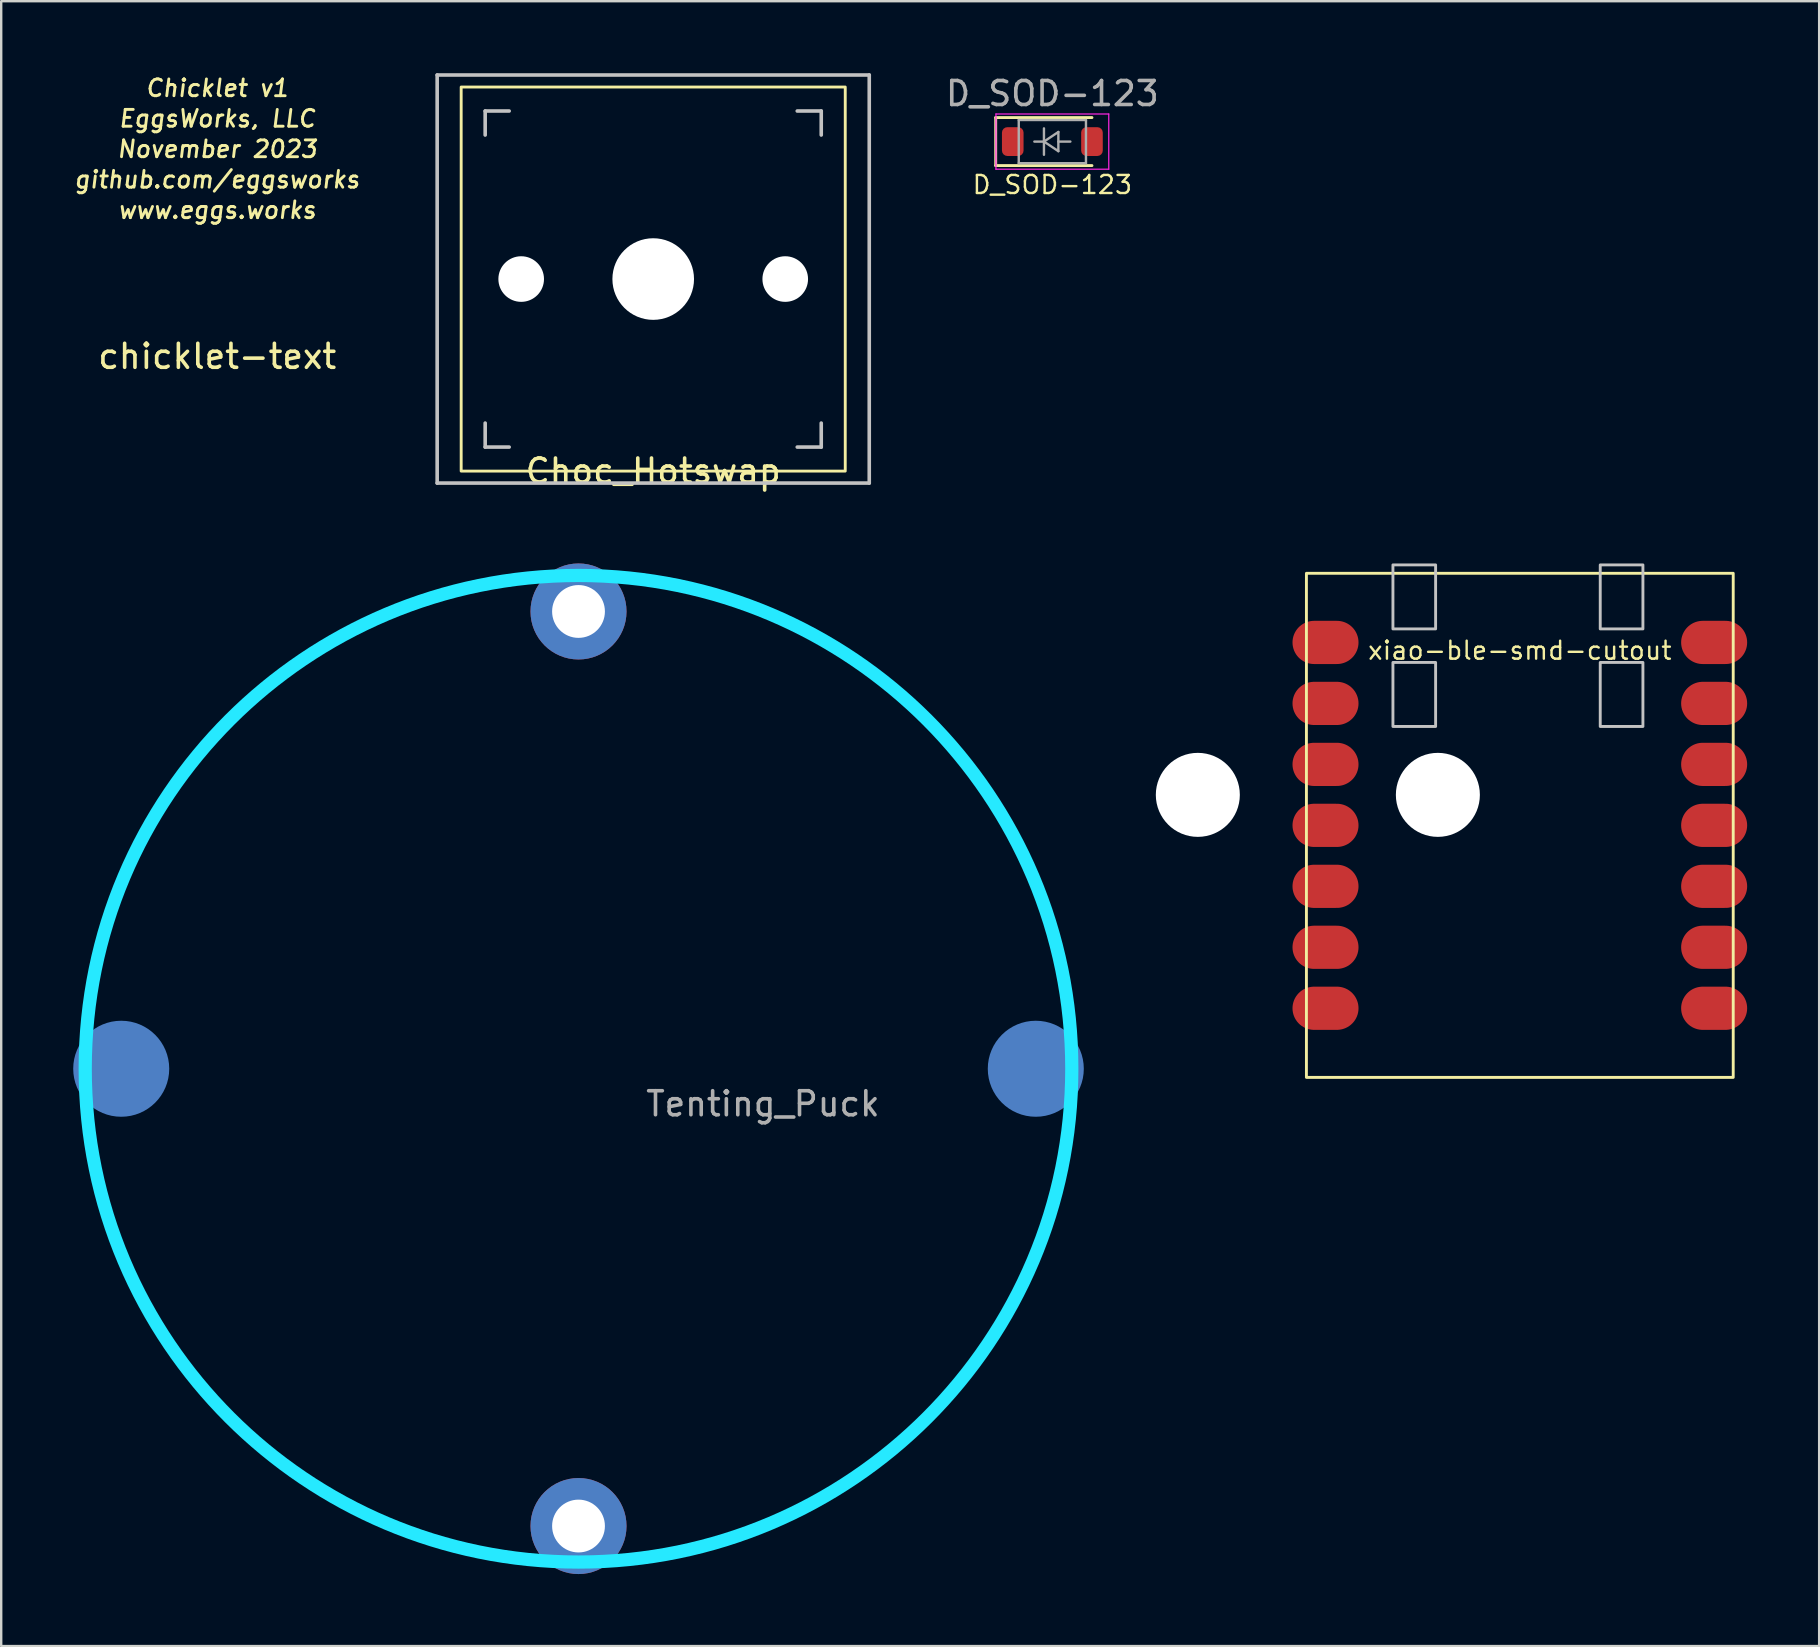
<source format=kicad_pcb>
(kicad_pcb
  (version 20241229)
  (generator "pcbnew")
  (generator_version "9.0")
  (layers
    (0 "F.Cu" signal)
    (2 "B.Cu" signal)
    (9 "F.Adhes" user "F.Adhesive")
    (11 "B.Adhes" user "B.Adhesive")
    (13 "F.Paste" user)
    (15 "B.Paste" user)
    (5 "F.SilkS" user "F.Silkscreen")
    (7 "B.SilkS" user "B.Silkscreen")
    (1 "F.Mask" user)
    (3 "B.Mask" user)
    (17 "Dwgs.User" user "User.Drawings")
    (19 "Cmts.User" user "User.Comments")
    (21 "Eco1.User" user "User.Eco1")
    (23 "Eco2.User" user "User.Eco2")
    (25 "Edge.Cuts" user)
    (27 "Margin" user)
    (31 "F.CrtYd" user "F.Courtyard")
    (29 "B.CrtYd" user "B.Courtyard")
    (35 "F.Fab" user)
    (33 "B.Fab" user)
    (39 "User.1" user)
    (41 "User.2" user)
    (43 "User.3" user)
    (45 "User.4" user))
  (footprint "xiao-ble-smd-cutout"
    (layer "F.Cu")
    (at 60.264 31.333)
    (property "Reference" "xiao-ble-smd-cutout" (at 0 -7.285 0) (layer "F.SilkS") (effects (font (size 0.75 0.75) (thickness 0.1))))
    (attr smd exclude_from_pos_files)
    (fp_rect (start -8.89 10.5) (end 8.89 -10.5) (stroke (width 0.12) (type solid)) (fill no) (layer "F.SilkS"))
    (fp_rect (start -5.286 -6.786) (end -3.508 -4.119) (stroke (width 0.12) (type solid)) (fill no) (layer "Dwgs.User"))
    (fp_rect (start -3.508 -8.183) (end -5.286 -10.85) (stroke (width 0.12) (type solid)) (fill no) (layer "Dwgs.User"))
    (fp_rect (start 3.35 -10.85) (end 5.128 -8.183) (stroke (width 0.12) (type solid)) (fill no) (layer "Dwgs.User"))
    (fp_rect (start 3.35 -6.786) (end 5.128 -4.119) (stroke (width 0.12) (type solid)) (fill no) (layer "Dwgs.User"))
    (pad "" np_thru_hole circle (at -13.414 -1.27) (size 3.5 3.5) (drill 3.5) (layers "*.Cu" "*.Mask"))
    (pad "" np_thru_hole circle (at -3.414 -1.27) (size 3.5 3.5) (drill 3.5) (layers "*.Cu" "*.Mask"))
    (pad "1" smd oval (at -8.57 -7.62 180) (size 2.75 1.8) (drill (offset -0.475 0)) (layers "F.Cu" "F.Mask"))
    (pad "2" smd oval (at -8.57 -5.08 180) (size 2.75 1.8) (drill (offset -0.475 0)) (layers "F.Cu" "F.Mask"))
    (pad "3" smd oval (at -8.57 -2.54 180) (size 2.75 1.8) (drill (offset -0.475 0)) (layers "F.Cu" "F.Mask"))
    (pad "4" smd oval (at -8.57 0 180) (size 2.75 1.8) (drill (offset -0.475 0)) (layers "F.Cu" "F.Mask"))
    (pad "5" smd oval (at -8.57 2.54 180) (size 2.75 1.8) (drill (offset -0.475 0)) (layers "F.Cu" "F.Mask"))
    (pad "6" smd oval (at -8.57 5.08 180) (size 2.75 1.8) (drill (offset -0.475 0)) (layers "F.Cu" "F.Mask"))
    (pad "7" smd oval (at -8.57 7.62 180) (size 2.75 1.8) (drill (offset -0.475 0)) (layers "F.Cu" "F.Mask"))
    (pad "8" smd oval (at 8.57 7.62) (size 2.75 1.8) (drill (offset -0.475 0)) (layers "F.Cu" "F.Mask"))
    (pad "9" smd oval (at 8.57 5.08) (size 2.75 1.8) (drill (offset -0.475 0)) (layers "F.Cu" "F.Mask"))
    (pad "10" smd oval (at 8.57 2.54) (size 2.75 1.8) (drill (offset -0.475 0)) (layers "F.Cu" "F.Mask"))
    (pad "11" smd oval (at 8.57 0) (size 2.75 1.8) (drill (offset -0.475 0)) (layers "F.Cu" "F.Mask"))
    (pad "12" smd oval (at 8.57 -2.54) (size 2.75 1.8) (drill (offset -0.475 0)) (layers "F.Cu" "F.Mask"))
    (pad "13" smd oval (at 8.57 -5.08) (size 2.75 1.8) (drill (offset -0.475 0)) (layers "F.Cu" "F.Mask"))
    (pad "14" smd oval (at 8.57 -7.62) (size 2.75 1.8) (drill (offset -0.475 0)) (layers "F.Cu" "F.Mask")))
  (footprint "Choc_Hotswap"
    (layer "F.Cu")
    (at 24.162 8.575)
    (property "Reference" "Choc_Hotswap" (at 0 8 180) (layer "F.SilkS") (effects (font (size 1 1) (thickness 0.15))))
    (attr through_hole board_only exclude_from_pos_files exclude_from_bom)
    (fp_rect (start -8 -8) (end 8 8) (stroke (width 0.12) (type solid)) (fill no) (layer "F.SilkS"))
    (fp_line (start -9 -8.5) (end 9 -8.5) (stroke (width 0.15) (type solid)) (layer "Dwgs.User"))
    (fp_line (start -9 8.5) (end -9 -8.5) (stroke (width 0.15) (type solid)) (layer "Dwgs.User"))
    (fp_line (start -7 -7) (end -7 -6) (stroke (width 0.15) (type solid)) (layer "Dwgs.User"))
    (fp_line (start -7 6) (end -7 7) (stroke (width 0.15) (type solid)) (layer "Dwgs.User"))
    (fp_line (start -7 7) (end -6 7) (stroke (width 0.15) (type solid)) (layer "Dwgs.User"))
    (fp_line (start -6 -7) (end -7 -7) (stroke (width 0.15) (type solid)) (layer "Dwgs.User"))
    (fp_line (start 6 -7) (end 7 -7) (stroke (width 0.15) (type solid)) (layer "Dwgs.User"))
    (fp_line (start 7 -7) (end 7 -6) (stroke (width 0.15) (type solid)) (layer "Dwgs.User"))
    (fp_line (start 7 6) (end 7 7) (stroke (width 0.15) (type solid)) (layer "Dwgs.User"))
    (fp_line (start 7 7) (end 6 7) (stroke (width 0.15) (type solid)) (layer "Dwgs.User"))
    (fp_line (start 9 -8.5) (end 9 8.5) (stroke (width 0.15) (type solid)) (layer "Dwgs.User"))
    (fp_line (start 9 8.5) (end -9 8.5) (stroke (width 0.15) (type solid)) (layer "Dwgs.User"))
    (fp_circle (center 0 -5.9) (end -1 -6.9) (stroke (width 0.12) (type solid)) (fill no) (layer "Eco2.User"))
    (fp_circle (center 5 -3.7) (end 6 -2.7) (stroke (width 0.12) (type solid)) (fill no) (layer "Eco2.User"))
    (pad "" np_thru_hole circle (at -5.5 0) (size 1.9 1.9) (drill 1.9) (layers "*.Cu" "*.Mask"))
    (pad "" np_thru_hole circle (at 0 0 270) (size 3.4 3.4) (drill 3.4) (layers "*.Cu" "*.Mask"))
    (pad "" np_thru_hole circle (at 5.5 0) (size 1.9 1.9) (drill 1.9) (layers "*.Cu" "*.Mask")))
  (footprint "Tenting_Puck"
    (layer "F.Cu")
    (at 21.05 41.473)
    (property "Reference" "Tenting_Puck" (at 7.683 1.46 180) (layer "F.Fab") (effects (font (size 1 1) (thickness 0.15))))
    (attr board_only exclude_from_pos_files exclude_from_bom allow_missing_courtyard)
    (fp_arc (start -20.32 -2.8575) (mid -19.91151 -4.959784) (end -19.286136 -7.008044) (stroke (width 0.2) (type solid)) (layer "B.SilkS"))
    (fp_arc (start -19.286135 7.008046) (mid -19.91151 4.959785) (end -20.32 2.8575) (stroke (width 0.2) (type solid)) (layer "B.SilkS"))
    (fp_arc (start -7.008046 -19.286135) (mid -4.959785 -19.91151) (end -2.8575 -20.32) (stroke (width 0.2) (type solid)) (layer "B.SilkS"))
    (fp_arc (start -2.8575 20.32) (mid -4.959784 19.91151) (end -7.008045 19.286135) (stroke (width 0.2) (type solid)) (layer "B.SilkS"))
    (fp_arc (start 2.8575 -20.32) (mid 4.959787 -19.91151) (end 7.008049 -19.286134) (stroke (width 0.2) (type solid)) (layer "B.SilkS"))
    (fp_arc (start 7.008045 19.286135) (mid 4.959784 19.91151) (end 2.8575 20.32) (stroke (width 0.2) (type solid)) (layer "B.SilkS"))
    (fp_arc (start 19.286134 -7.008048) (mid 19.91151 -4.959786) (end 20.32 -2.8575) (stroke (width 0.2) (type solid)) (layer "B.SilkS"))
    (fp_arc (start 20.32 2.8575) (mid 19.911508 4.959786) (end 19.286134 7.008048) (stroke (width 0.2) (type solid)) (layer "B.SilkS"))
    (fp_circle (center 0 0) (end 20.55 0) (stroke (width 0.55) (type solid)) (fill no) (layer "B.CrtYd"))
    (pad "1" smd circle (at -19.05 0) (size 4 4) (layers "B.Cu" "B.Mask"))
    (pad "1" thru_hole circle (at 0 -19.05) (size 4 4) (drill 2.2) (layers "*.Cu" "*.Mask"))
    (pad "1" thru_hole circle (at 0 19.05 90) (size 4 4) (drill 2.2) (layers "*.Cu" "*.Mask"))
    (pad "1" smd circle (at 19.05 0) (size 4 4) (layers "B.Cu" "B.Mask")))
  (footprint "chicklet-text"
    (layer "F.Cu")
    (at 6 3.16)
    (property "Reference" "chicklet-text" (at 0 8.636 0) (layer "F.SilkS") (effects (font (size 1 1) (thickness 0.15))))
    (attr through_hole board_only exclude_from_pos_files exclude_from_bom allow_missing_courtyard)
    (fp_text user "github.com/eggsworks" (at 0 1.27 0) (unlocked yes) (layer "F.SilkS") (effects (font (size 0.7 0.7) (thickness 0.12) (italic yes))))
    (fp_text user "EggsWorks, LLC" (at 0 -1.27 0) (unlocked yes) (layer "F.SilkS") (effects (font (size 0.7 0.7) (thickness 0.12) (italic yes))))
    (fp_text user "Chicklet v1" (at 0 -2.54 0) (unlocked yes) (layer "F.SilkS") (effects (font (size 0.7 0.7) (thickness 0.12) (italic yes))))
    (fp_text user "www.eggs.works" (at 0 2.54 0) (unlocked yes) (layer "F.SilkS") (effects (font (size 0.7 0.7) (thickness 0.12) (italic yes))))
    (fp_text user "November 2023" (at 0 0 0) (unlocked yes) (layer "F.SilkS") (effects (font (size 0.7 0.7) (thickness 0.12) (italic yes)))))
  (footprint "D_SOD-123"
    (layer "F.Cu")
    (at 40.79 2.848)
    (property "Reference" "D_SOD-123" (at 0 1.799 180) (layer "F.SilkS") (effects (font (size 0.75 0.75) (thickness 0.1))))
    (attr smd)
    (fp_line (start -2.36 -1) (end -2.36 1) (stroke (width 0.12) (type solid)) (layer "F.SilkS"))
    (fp_line (start -2.36 -1) (end 1.65 -1) (stroke (width 0.12) (type solid)) (layer "F.SilkS"))
    (fp_line (start -2.36 1) (end 1.65 1) (stroke (width 0.12) (type solid)) (layer "F.SilkS"))
    (fp_line (start -2.35 -1.15) (end -2.35 1.15) (stroke (width 0.05) (type solid)) (layer "F.CrtYd"))
    (fp_line (start -2.35 -1.15) (end 2.35 -1.15) (stroke (width 0.05) (type solid)) (layer "F.CrtYd"))
    (fp_line (start 2.35 -1.15) (end 2.35 1.15) (stroke (width 0.05) (type solid)) (layer "F.CrtYd"))
    (fp_line (start 2.35 1.15) (end -2.35 1.15) (stroke (width 0.05) (type solid)) (layer "F.CrtYd"))
    (fp_line (start -1.4 -0.9) (end 1.4 -0.9) (stroke (width 0.1) (type solid)) (layer "F.Fab"))
    (fp_line (start -1.4 0.9) (end -1.4 -0.9) (stroke (width 0.1) (type solid)) (layer "F.Fab"))
    (fp_line (start -0.75 0) (end -0.35 0) (stroke (width 0.1) (type solid)) (layer "F.Fab"))
    (fp_line (start -0.35 0) (end -0.35 -0.55) (stroke (width 0.1) (type solid)) (layer "F.Fab"))
    (fp_line (start -0.35 0) (end -0.35 0.55) (stroke (width 0.1) (type solid)) (layer "F.Fab"))
    (fp_line (start -0.35 0) (end 0.25 -0.4) (stroke (width 0.1) (type solid)) (layer "F.Fab"))
    (fp_line (start 0.25 -0.4) (end 0.25 0.4) (stroke (width 0.1) (type solid)) (layer "F.Fab"))
    (fp_line (start 0.25 0) (end 0.75 0) (stroke (width 0.1) (type solid)) (layer "F.Fab"))
    (fp_line (start 0.25 0.4) (end -0.35 0) (stroke (width 0.1) (type solid)) (layer "F.Fab"))
    (fp_line (start 1.4 -0.9) (end 1.4 0.9) (stroke (width 0.1) (type solid)) (layer "F.Fab"))
    (fp_line (start 1.4 0.9) (end -1.4 0.9) (stroke (width 0.1) (type solid)) (layer "F.Fab"))
    (fp_text user "${REFERENCE}" (at 0 -2 180) (layer "F.Fab") (effects (font (size 1 1) (thickness 0.15))))
    (pad "1" smd roundrect (at -1.65 0) (size 0.9 1.2) (layers "F.Cu" "F.Mask" "F.Paste") (roundrect_rratio 0.25))
    (pad "2" smd roundrect (at 1.65 0) (size 0.9 1.2) (layers "F.Cu" "F.Mask" "F.Paste") (roundrect_rratio 0.25)))
  (gr_rect
    (start -3 -3)
    (end 72.734 65.523)
    (stroke (width 0.1) (type default))
    (fill no)
    (layer "Edge.Cuts")))
</source>
